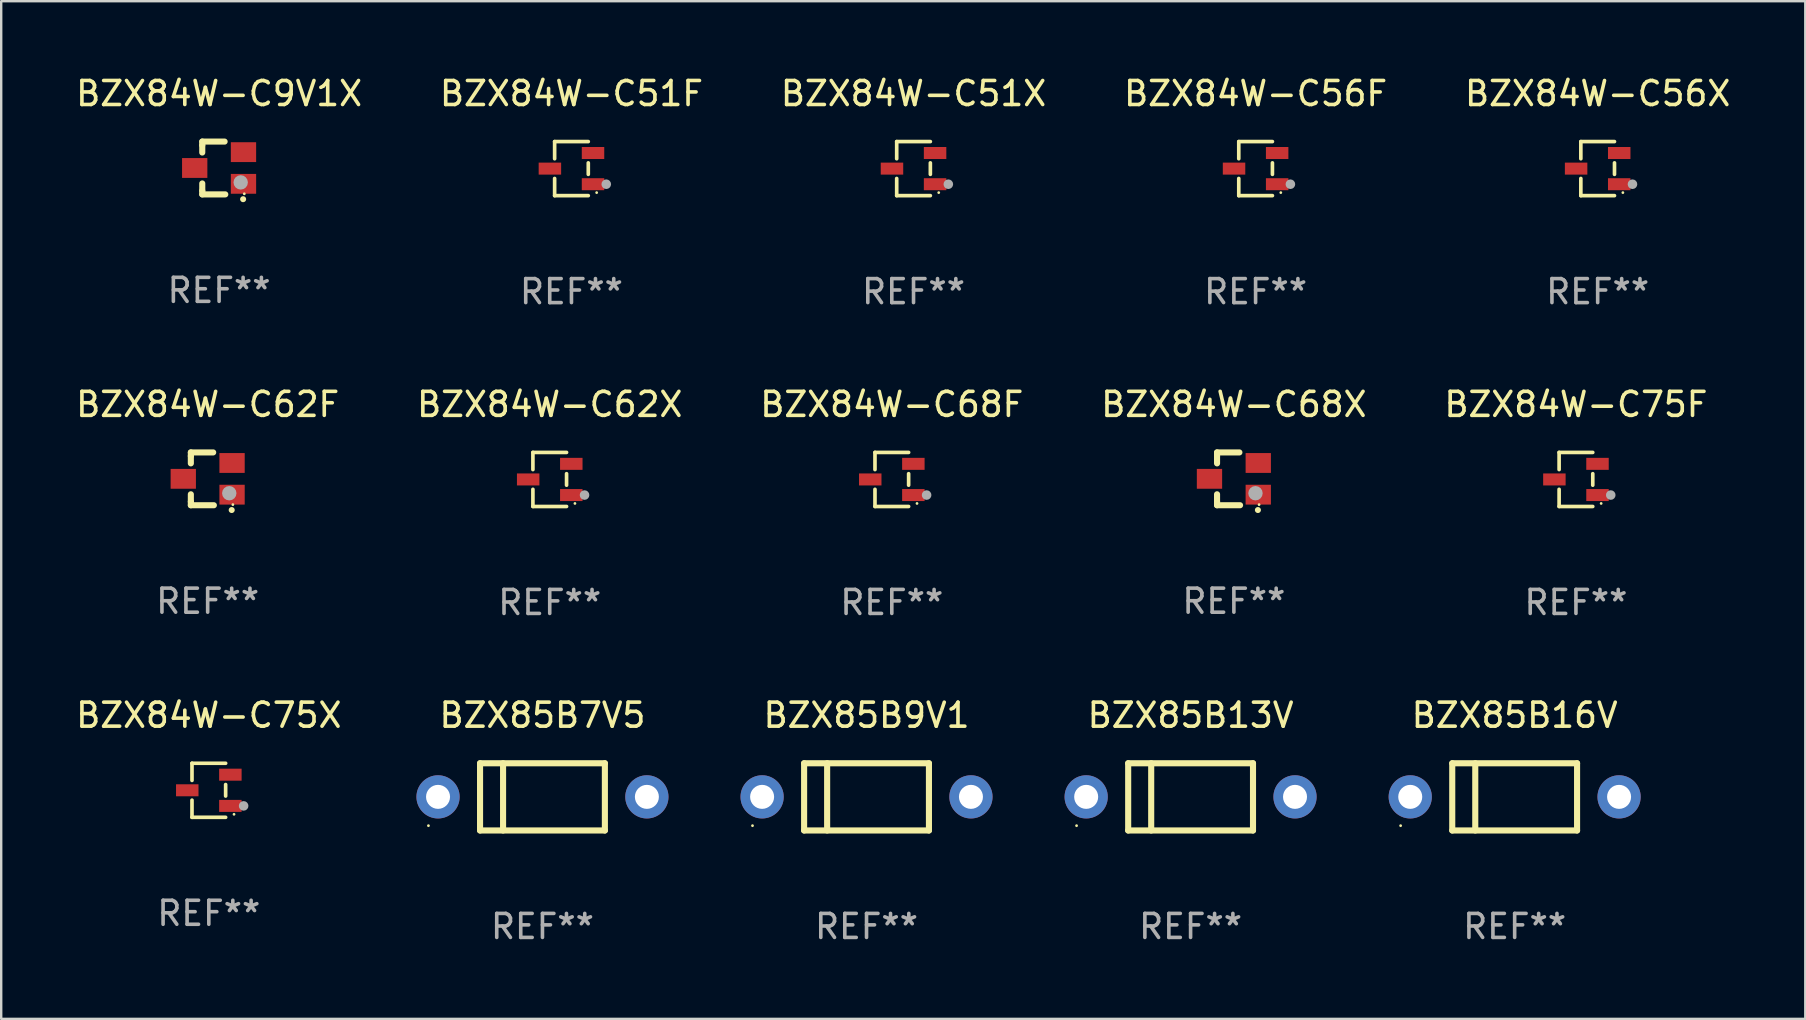
<source format=kicad_pcb>
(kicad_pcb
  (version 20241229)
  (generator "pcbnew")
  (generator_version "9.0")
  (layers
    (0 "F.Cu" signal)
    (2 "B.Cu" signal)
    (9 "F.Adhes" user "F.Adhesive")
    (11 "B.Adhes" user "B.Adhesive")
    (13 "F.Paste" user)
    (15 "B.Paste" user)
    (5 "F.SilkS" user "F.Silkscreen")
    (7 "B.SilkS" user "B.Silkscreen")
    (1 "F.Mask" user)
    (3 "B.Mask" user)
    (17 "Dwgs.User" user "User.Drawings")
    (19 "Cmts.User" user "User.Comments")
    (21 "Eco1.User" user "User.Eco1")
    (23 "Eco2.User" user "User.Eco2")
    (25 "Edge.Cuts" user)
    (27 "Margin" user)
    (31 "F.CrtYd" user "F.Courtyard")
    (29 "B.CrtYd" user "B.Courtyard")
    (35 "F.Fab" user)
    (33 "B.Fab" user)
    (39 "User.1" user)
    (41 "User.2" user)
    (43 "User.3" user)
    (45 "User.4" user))
  (footprint "BZX84W-C75F"
    (layer "F.Cu")
    (at 62.601 16.923)
    (property "Reference" "BZX84W-C75F" (at 0 -3.126 0) (layer "F.SilkS") (effects (font (size 1 1) (thickness 0.15))))
    (attr through_hole)
    (fp_line (start -0.701 -1.126) (end -0.701 -0.411) (stroke (width 0.152) (type solid)) (layer "F.SilkS"))
    (fp_line (start -0.701 1.126) (end -0.701 0.411) (stroke (width 0.152) (type solid)) (layer "F.SilkS"))
    (fp_line (start 0.701 -1.126) (end -0.701 -1.126) (stroke (width 0.152) (type solid)) (layer "F.SilkS"))
    (fp_line (start 0.701 -0.239) (end 0.701 0.239) (stroke (width 0.152) (type solid)) (layer "F.SilkS"))
    (fp_line (start 0.701 1.126) (end -0.701 1.126) (stroke (width 0.152) (type solid)) (layer "F.SilkS"))
    (fp_circle (center 1.05 1) (end 1.08 1) (stroke (width 0.06) (type solid)) (fill no) (layer "F.SilkS"))
    (fp_circle (center 1.45 0.65) (end 1.55 0.65) (stroke (width 0.2) (type solid)) (fill no) (layer "F.Fab"))
    (fp_text user "REF**" (at 0 5.126 0) (layer "F.Fab") (effects (font (size 1 1) (thickness 0.15))))
    (pad "1" smd rect (at 0.898 0.65) (size 0.936 0.5) (layers "F.Cu" "F.Mask" "F.Paste"))
    (pad "2" smd rect (at 0.898 -0.65) (size 0.936 0.5) (layers "F.Cu" "F.Mask" "F.Paste"))
    (pad "3" smd rect (at -0.898 0) (size 0.936 0.5) (layers "F.Cu" "F.Mask" "F.Paste")))
  (footprint "BZX85B9V1"
    (layer "F.Cu")
    (at 33.048 30.146)
    (property "Reference" "BZX85B9V1" (at 0 -3.4 0) (layer "F.SilkS") (effects (font (size 1 1) (thickness 0.15))))
    (attr through_hole)
    (fp_line (start -2.6 -1.4) (end -2.6 1.4) (stroke (width 0.254) (type solid)) (layer "F.SilkS"))
    (fp_line (start -2.6 -1.4) (end 2.6 -1.4) (stroke (width 0.254) (type solid)) (layer "F.SilkS"))
    (fp_line (start -2.6 1.4) (end 2.6 1.4) (stroke (width 0.254) (type solid)) (layer "F.SilkS"))
    (fp_line (start -1.641 -1.4) (end -1.641 1.4) (stroke (width 0.254) (type solid)) (layer "F.SilkS"))
    (fp_line (start 2.6 -1.4) (end 2.6 1.4) (stroke (width 0.254) (type solid)) (layer "F.SilkS"))
    (fp_circle (center -4.75 1.2) (end -4.72 1.2) (stroke (width 0.06) (type solid)) (fill no) (layer "F.SilkS"))
    (fp_text user "REF**" (at 0 5.4 0) (layer "F.Fab") (effects (font (size 1 1) (thickness 0.15))))
    (pad "1" thru_hole circle (at -4.35 0) (size 1.8 1.8) (drill 1) (layers "*.Cu" "*.Mask"))
    (pad "2" thru_hole circle (at 4.35 0) (size 1.8 1.8) (drill 1) (layers "*.Cu" "*.Mask")))
  (footprint "BZX84W-C51X"
    (layer "F.Cu")
    (at 35.006 3.974)
    (property "Reference" "BZX84W-C51X" (at 0 -3.126 0) (layer "F.SilkS") (effects (font (size 1 1) (thickness 0.15))))
    (attr through_hole)
    (fp_line (start -0.701 -1.126) (end -0.701 -0.411) (stroke (width 0.152) (type solid)) (layer "F.SilkS"))
    (fp_line (start -0.701 1.126) (end -0.701 0.411) (stroke (width 0.152) (type solid)) (layer "F.SilkS"))
    (fp_line (start 0.701 -1.126) (end -0.701 -1.126) (stroke (width 0.152) (type solid)) (layer "F.SilkS"))
    (fp_line (start 0.701 -0.239) (end 0.701 0.239) (stroke (width 0.152) (type solid)) (layer "F.SilkS"))
    (fp_line (start 0.701 1.126) (end -0.701 1.126) (stroke (width 0.152) (type solid)) (layer "F.SilkS"))
    (fp_circle (center 1.05 1) (end 1.08 1) (stroke (width 0.06) (type solid)) (fill no) (layer "F.SilkS"))
    (fp_circle (center 1.45 0.65) (end 1.55 0.65) (stroke (width 0.2) (type solid)) (fill no) (layer "F.Fab"))
    (fp_text user "REF**" (at 0 5.126 0) (layer "F.Fab") (effects (font (size 1 1) (thickness 0.15))))
    (pad "1" smd rect (at 0.898 0.65) (size 0.936 0.5) (layers "F.Cu" "F.Mask" "F.Paste"))
    (pad "2" smd rect (at 0.898 -0.65) (size 0.936 0.5) (layers "F.Cu" "F.Mask" "F.Paste"))
    (pad "3" smd rect (at -0.898 0) (size 0.936 0.5) (layers "F.Cu" "F.Mask" "F.Paste")))
  (footprint "BZX85B7V5"
    (layer "F.Cu")
    (at 19.548 30.146)
    (property "Reference" "BZX85B7V5" (at 0 -3.4 0) (layer "F.SilkS") (effects (font (size 1 1) (thickness 0.15))))
    (attr through_hole)
    (fp_line (start -2.6 -1.4) (end -2.6 1.4) (stroke (width 0.254) (type solid)) (layer "F.SilkS"))
    (fp_line (start -2.6 -1.4) (end 2.6 -1.4) (stroke (width 0.254) (type solid)) (layer "F.SilkS"))
    (fp_line (start -2.6 1.4) (end 2.6 1.4) (stroke (width 0.254) (type solid)) (layer "F.SilkS"))
    (fp_line (start -1.641 -1.4) (end -1.641 1.4) (stroke (width 0.254) (type solid)) (layer "F.SilkS"))
    (fp_line (start 2.6 -1.4) (end 2.6 1.4) (stroke (width 0.254) (type solid)) (layer "F.SilkS"))
    (fp_circle (center -4.75 1.2) (end -4.72 1.2) (stroke (width 0.06) (type solid)) (fill no) (layer "F.SilkS"))
    (fp_text user "REF**" (at 0 5.4 0) (layer "F.Fab") (effects (font (size 1 1) (thickness 0.15))))
    (pad "1" thru_hole circle (at -4.35 0) (size 1.8 1.8) (drill 1) (layers "*.Cu" "*.Mask"))
    (pad "2" thru_hole circle (at 4.35 0) (size 1.8 1.8) (drill 1) (layers "*.Cu" "*.Mask")))
  (footprint "BZX84W-C68X"
    (layer "F.Cu")
    (at 48.351 16.897)
    (property "Reference" "BZX84W-C68X" (at 0 -3.1 0) (layer "F.SilkS") (effects (font (size 1 1) (thickness 0.15))))
    (attr through_hole)
    (fp_line (start -0.701 -0.95) (end -0.701 -1.1) (stroke (width 0.254) (type solid)) (layer "F.SilkS"))
    (fp_line (start -0.701 -0.644) (end -0.701 -0.95) (stroke (width 0.254) (type solid)) (layer "F.SilkS"))
    (fp_line (start -0.701 0.95) (end -0.701 0.644) (stroke (width 0.254) (type solid)) (layer "F.SilkS"))
    (fp_line (start -0.701 0.95) (end -0.701 1.1) (stroke (width 0.254) (type solid)) (layer "F.SilkS"))
    (fp_line (start -0.7 -1.1) (end 0.23 -1.1) (stroke (width 0.254) (type solid)) (layer "F.SilkS"))
    (fp_line (start -0.7 1.1) (end 0.258 1.1) (stroke (width 0.254) (type solid)) (layer "F.SilkS"))
    (fp_arc (start 1 1.3) (mid 1.00127 1.299994) (end 1.00254 1.3) (stroke (width 0.24892) (type solid)) (layer "F.SilkS"))
    (fp_circle (center 1.05 1.075) (end 1.08 1.075) (stroke (width 0.06) (type solid)) (fill no) (layer "F.SilkS"))
    (fp_circle (center 0.9 0.6) (end 1.05 0.6) (stroke (width 0.3) (type solid)) (fill no) (layer "F.Fab"))
    (fp_text user "REF**" (at 0 5.1 0) (layer "F.Fab") (effects (font (size 1 1) (thickness 0.15))))
    (pad "1" smd rect (at 1.016 0.66) (size 1.054 0.826) (layers "F.Cu" "F.Mask" "F.Paste"))
    (pad "2" smd rect (at 1.016 -0.66) (size 1.054 0.826) (layers "F.Cu" "F.Mask" "F.Paste"))
    (pad "3" smd rect (at -1.016 0) (size 1.054 0.826) (layers "F.Cu" "F.Mask" "F.Paste")))
  (footprint "BZX84W-C75X"
    (layer "F.Cu")
    (at 5.649 29.872)
    (property "Reference" "BZX84W-C75X" (at 0 -3.126 0) (layer "F.SilkS") (effects (font (size 1 1) (thickness 0.15))))
    (attr through_hole)
    (fp_line (start -0.701 -1.126) (end -0.701 -0.411) (stroke (width 0.152) (type solid)) (layer "F.SilkS"))
    (fp_line (start -0.701 1.126) (end -0.701 0.411) (stroke (width 0.152) (type solid)) (layer "F.SilkS"))
    (fp_line (start 0.701 -1.126) (end -0.701 -1.126) (stroke (width 0.152) (type solid)) (layer "F.SilkS"))
    (fp_line (start 0.701 -0.239) (end 0.701 0.239) (stroke (width 0.152) (type solid)) (layer "F.SilkS"))
    (fp_line (start 0.701 1.126) (end -0.701 1.126) (stroke (width 0.152) (type solid)) (layer "F.SilkS"))
    (fp_circle (center 1.05 1) (end 1.08 1) (stroke (width 0.06) (type solid)) (fill no) (layer "F.SilkS"))
    (fp_circle (center 1.45 0.65) (end 1.55 0.65) (stroke (width 0.2) (type solid)) (fill no) (layer "F.Fab"))
    (fp_text user "REF**" (at 0 5.126 0) (layer "F.Fab") (effects (font (size 1 1) (thickness 0.15))))
    (pad "1" smd rect (at 0.898 0.65) (size 0.936 0.5) (layers "F.Cu" "F.Mask" "F.Paste"))
    (pad "2" smd rect (at 0.898 -0.65) (size 0.936 0.5) (layers "F.Cu" "F.Mask" "F.Paste"))
    (pad "3" smd rect (at -0.898 0) (size 0.936 0.5) (layers "F.Cu" "F.Mask" "F.Paste")))
  (footprint "BZX85B16V"
    (layer "F.Cu")
    (at 60.048 30.146)
    (property "Reference" "BZX85B16V" (at 0 -3.4 0) (layer "F.SilkS") (effects (font (size 1 1) (thickness 0.15))))
    (attr through_hole)
    (fp_line (start -2.6 -1.4) (end -2.6 1.4) (stroke (width 0.254) (type solid)) (layer "F.SilkS"))
    (fp_line (start -2.6 -1.4) (end 2.6 -1.4) (stroke (width 0.254) (type solid)) (layer "F.SilkS"))
    (fp_line (start -2.6 1.4) (end 2.6 1.4) (stroke (width 0.254) (type solid)) (layer "F.SilkS"))
    (fp_line (start -1.641 -1.4) (end -1.641 1.4) (stroke (width 0.254) (type solid)) (layer "F.SilkS"))
    (fp_line (start 2.6 -1.4) (end 2.6 1.4) (stroke (width 0.254) (type solid)) (layer "F.SilkS"))
    (fp_circle (center -4.75 1.2) (end -4.72 1.2) (stroke (width 0.06) (type solid)) (fill no) (layer "F.SilkS"))
    (fp_text user "REF**" (at 0 5.4 0) (layer "F.Fab") (effects (font (size 1 1) (thickness 0.15))))
    (pad "1" thru_hole circle (at -4.35 0) (size 1.8 1.8) (drill 1) (layers "*.Cu" "*.Mask"))
    (pad "2" thru_hole circle (at 4.35 0) (size 1.8 1.8) (drill 1) (layers "*.Cu" "*.Mask")))
  (footprint "BZX85B13V"
    (layer "F.Cu")
    (at 46.548 30.146)
    (property "Reference" "BZX85B13V" (at 0 -3.4 0) (layer "F.SilkS") (effects (font (size 1 1) (thickness 0.15))))
    (attr through_hole)
    (fp_line (start -2.6 -1.4) (end -2.6 1.4) (stroke (width 0.254) (type solid)) (layer "F.SilkS"))
    (fp_line (start -2.6 -1.4) (end 2.6 -1.4) (stroke (width 0.254) (type solid)) (layer "F.SilkS"))
    (fp_line (start -2.6 1.4) (end 2.6 1.4) (stroke (width 0.254) (type solid)) (layer "F.SilkS"))
    (fp_line (start -1.641 -1.4) (end -1.641 1.4) (stroke (width 0.254) (type solid)) (layer "F.SilkS"))
    (fp_line (start 2.6 -1.4) (end 2.6 1.4) (stroke (width 0.254) (type solid)) (layer "F.SilkS"))
    (fp_circle (center -4.75 1.2) (end -4.72 1.2) (stroke (width 0.06) (type solid)) (fill no) (layer "F.SilkS"))
    (fp_text user "REF**" (at 0 5.4 0) (layer "F.Fab") (effects (font (size 1 1) (thickness 0.15))))
    (pad "1" thru_hole circle (at -4.35 0) (size 1.8 1.8) (drill 1) (layers "*.Cu" "*.Mask"))
    (pad "2" thru_hole circle (at 4.35 0) (size 1.8 1.8) (drill 1) (layers "*.Cu" "*.Mask")))
  (footprint "BZX84W-C68F"
    (layer "F.Cu")
    (at 34.101 16.923)
    (property "Reference" "BZX84W-C68F" (at 0 -3.126 0) (layer "F.SilkS") (effects (font (size 1 1) (thickness 0.15))))
    (attr through_hole)
    (fp_line (start -0.701 -1.126) (end -0.701 -0.411) (stroke (width 0.152) (type solid)) (layer "F.SilkS"))
    (fp_line (start -0.701 1.126) (end -0.701 0.411) (stroke (width 0.152) (type solid)) (layer "F.SilkS"))
    (fp_line (start 0.701 -1.126) (end -0.701 -1.126) (stroke (width 0.152) (type solid)) (layer "F.SilkS"))
    (fp_line (start 0.701 -0.239) (end 0.701 0.239) (stroke (width 0.152) (type solid)) (layer "F.SilkS"))
    (fp_line (start 0.701 1.126) (end -0.701 1.126) (stroke (width 0.152) (type solid)) (layer "F.SilkS"))
    (fp_circle (center 1.05 1) (end 1.08 1) (stroke (width 0.06) (type solid)) (fill no) (layer "F.SilkS"))
    (fp_circle (center 1.45 0.65) (end 1.55 0.65) (stroke (width 0.2) (type solid)) (fill no) (layer "F.Fab"))
    (fp_text user "REF**" (at 0 5.126 0) (layer "F.Fab") (effects (font (size 1 1) (thickness 0.15))))
    (pad "1" smd rect (at 0.898 0.65) (size 0.936 0.5) (layers "F.Cu" "F.Mask" "F.Paste"))
    (pad "2" smd rect (at 0.898 -0.65) (size 0.936 0.5) (layers "F.Cu" "F.Mask" "F.Paste"))
    (pad "3" smd rect (at -0.898 0) (size 0.936 0.5) (layers "F.Cu" "F.Mask" "F.Paste")))
  (footprint "BZX84W-C56F"
    (layer "F.Cu")
    (at 49.256 3.974)
    (property "Reference" "BZX84W-C56F" (at 0 -3.126 0) (layer "F.SilkS") (effects (font (size 1 1) (thickness 0.15))))
    (attr through_hole)
    (fp_line (start -0.701 -1.126) (end -0.701 -0.411) (stroke (width 0.152) (type solid)) (layer "F.SilkS"))
    (fp_line (start -0.701 1.126) (end -0.701 0.411) (stroke (width 0.152) (type solid)) (layer "F.SilkS"))
    (fp_line (start 0.701 -1.126) (end -0.701 -1.126) (stroke (width 0.152) (type solid)) (layer "F.SilkS"))
    (fp_line (start 0.701 -0.239) (end 0.701 0.239) (stroke (width 0.152) (type solid)) (layer "F.SilkS"))
    (fp_line (start 0.701 1.126) (end -0.701 1.126) (stroke (width 0.152) (type solid)) (layer "F.SilkS"))
    (fp_circle (center 1.05 1) (end 1.08 1) (stroke (width 0.06) (type solid)) (fill no) (layer "F.SilkS"))
    (fp_circle (center 1.45 0.65) (end 1.55 0.65) (stroke (width 0.2) (type solid)) (fill no) (layer "F.Fab"))
    (fp_text user "REF**" (at 0 5.126 0) (layer "F.Fab") (effects (font (size 1 1) (thickness 0.15))))
    (pad "1" smd rect (at 0.898 0.65) (size 0.936 0.5) (layers "F.Cu" "F.Mask" "F.Paste"))
    (pad "2" smd rect (at 0.898 -0.65) (size 0.936 0.5) (layers "F.Cu" "F.Mask" "F.Paste"))
    (pad "3" smd rect (at -0.898 0) (size 0.936 0.5) (layers "F.Cu" "F.Mask" "F.Paste")))
  (footprint "BZX84W-C62F"
    (layer "F.Cu")
    (at 5.601 16.897)
    (property "Reference" "BZX84W-C62F" (at 0 -3.1 0) (layer "F.SilkS") (effects (font (size 1 1) (thickness 0.15))))
    (attr through_hole)
    (fp_line (start -0.701 -0.95) (end -0.701 -1.1) (stroke (width 0.254) (type solid)) (layer "F.SilkS"))
    (fp_line (start -0.701 -0.644) (end -0.701 -0.95) (stroke (width 0.254) (type solid)) (layer "F.SilkS"))
    (fp_line (start -0.701 0.95) (end -0.701 0.644) (stroke (width 0.254) (type solid)) (layer "F.SilkS"))
    (fp_line (start -0.701 0.95) (end -0.701 1.1) (stroke (width 0.254) (type solid)) (layer "F.SilkS"))
    (fp_line (start -0.7 -1.1) (end 0.23 -1.1) (stroke (width 0.254) (type solid)) (layer "F.SilkS"))
    (fp_line (start -0.7 1.1) (end 0.258 1.1) (stroke (width 0.254) (type solid)) (layer "F.SilkS"))
    (fp_arc (start 1 1.3) (mid 1.00127 1.299994) (end 1.00254 1.3) (stroke (width 0.24892) (type solid)) (layer "F.SilkS"))
    (fp_circle (center 1.05 1.075) (end 1.08 1.075) (stroke (width 0.06) (type solid)) (fill no) (layer "F.SilkS"))
    (fp_circle (center 0.9 0.6) (end 1.05 0.6) (stroke (width 0.3) (type solid)) (fill no) (layer "F.Fab"))
    (fp_text user "REF**" (at 0 5.1 0) (layer "F.Fab") (effects (font (size 1 1) (thickness 0.15))))
    (pad "1" smd rect (at 1.016 0.66) (size 1.054 0.826) (layers "F.Cu" "F.Mask" "F.Paste"))
    (pad "2" smd rect (at 1.016 -0.66) (size 1.054 0.826) (layers "F.Cu" "F.Mask" "F.Paste"))
    (pad "3" smd rect (at -1.016 0) (size 1.054 0.826) (layers "F.Cu" "F.Mask" "F.Paste")))
  (footprint "BZX84W-C62X"
    (layer "F.Cu")
    (at 19.851 16.923)
    (property "Reference" "BZX84W-C62X" (at 0 -3.126 0) (layer "F.SilkS") (effects (font (size 1 1) (thickness 0.15))))
    (attr through_hole)
    (fp_line (start -0.701 -1.126) (end -0.701 -0.411) (stroke (width 0.152) (type solid)) (layer "F.SilkS"))
    (fp_line (start -0.701 1.126) (end -0.701 0.411) (stroke (width 0.152) (type solid)) (layer "F.SilkS"))
    (fp_line (start 0.701 -1.126) (end -0.701 -1.126) (stroke (width 0.152) (type solid)) (layer "F.SilkS"))
    (fp_line (start 0.701 -0.239) (end 0.701 0.239) (stroke (width 0.152) (type solid)) (layer "F.SilkS"))
    (fp_line (start 0.701 1.126) (end -0.701 1.126) (stroke (width 0.152) (type solid)) (layer "F.SilkS"))
    (fp_circle (center 1.05 1) (end 1.08 1) (stroke (width 0.06) (type solid)) (fill no) (layer "F.SilkS"))
    (fp_circle (center 1.45 0.65) (end 1.55 0.65) (stroke (width 0.2) (type solid)) (fill no) (layer "F.Fab"))
    (fp_text user "REF**" (at 0 5.126 0) (layer "F.Fab") (effects (font (size 1 1) (thickness 0.15))))
    (pad "1" smd rect (at 0.898 0.65) (size 0.936 0.5) (layers "F.Cu" "F.Mask" "F.Paste"))
    (pad "2" smd rect (at 0.898 -0.65) (size 0.936 0.5) (layers "F.Cu" "F.Mask" "F.Paste"))
    (pad "3" smd rect (at -0.898 0) (size 0.936 0.5) (layers "F.Cu" "F.Mask" "F.Paste")))
  (footprint "BZX84W-C56X"
    (layer "F.Cu")
    (at 63.506 3.974)
    (property "Reference" "BZX84W-C56X" (at 0 -3.126 0) (layer "F.SilkS") (effects (font (size 1 1) (thickness 0.15))))
    (attr through_hole)
    (fp_line (start -0.701 -1.126) (end -0.701 -0.411) (stroke (width 0.152) (type solid)) (layer "F.SilkS"))
    (fp_line (start -0.701 1.126) (end -0.701 0.411) (stroke (width 0.152) (type solid)) (layer "F.SilkS"))
    (fp_line (start 0.701 -1.126) (end -0.701 -1.126) (stroke (width 0.152) (type solid)) (layer "F.SilkS"))
    (fp_line (start 0.701 -0.239) (end 0.701 0.239) (stroke (width 0.152) (type solid)) (layer "F.SilkS"))
    (fp_line (start 0.701 1.126) (end -0.701 1.126) (stroke (width 0.152) (type solid)) (layer "F.SilkS"))
    (fp_circle (center 1.05 1) (end 1.08 1) (stroke (width 0.06) (type solid)) (fill no) (layer "F.SilkS"))
    (fp_circle (center 1.45 0.65) (end 1.55 0.65) (stroke (width 0.2) (type solid)) (fill no) (layer "F.Fab"))
    (fp_text user "REF**" (at 0 5.126 0) (layer "F.Fab") (effects (font (size 1 1) (thickness 0.15))))
    (pad "1" smd rect (at 0.898 0.65) (size 0.936 0.5) (layers "F.Cu" "F.Mask" "F.Paste"))
    (pad "2" smd rect (at 0.898 -0.65) (size 0.936 0.5) (layers "F.Cu" "F.Mask" "F.Paste"))
    (pad "3" smd rect (at -0.898 0) (size 0.936 0.5) (layers "F.Cu" "F.Mask" "F.Paste")))
  (footprint "BZX84W-C51F"
    (layer "F.Cu")
    (at 20.756 3.974)
    (property "Reference" "BZX84W-C51F" (at 0 -3.126 0) (layer "F.SilkS") (effects (font (size 1 1) (thickness 0.15))))
    (attr through_hole)
    (fp_line (start -0.701 -1.126) (end -0.701 -0.411) (stroke (width 0.152) (type solid)) (layer "F.SilkS"))
    (fp_line (start -0.701 1.126) (end -0.701 0.411) (stroke (width 0.152) (type solid)) (layer "F.SilkS"))
    (fp_line (start 0.701 -1.126) (end -0.701 -1.126) (stroke (width 0.152) (type solid)) (layer "F.SilkS"))
    (fp_line (start 0.701 -0.239) (end 0.701 0.239) (stroke (width 0.152) (type solid)) (layer "F.SilkS"))
    (fp_line (start 0.701 1.126) (end -0.701 1.126) (stroke (width 0.152) (type solid)) (layer "F.SilkS"))
    (fp_circle (center 1.05 1) (end 1.08 1) (stroke (width 0.06) (type solid)) (fill no) (layer "F.SilkS"))
    (fp_circle (center 1.45 0.65) (end 1.55 0.65) (stroke (width 0.2) (type solid)) (fill no) (layer "F.Fab"))
    (fp_text user "REF**" (at 0 5.126 0) (layer "F.Fab") (effects (font (size 1 1) (thickness 0.15))))
    (pad "1" smd rect (at 0.898 0.65) (size 0.936 0.5) (layers "F.Cu" "F.Mask" "F.Paste"))
    (pad "2" smd rect (at 0.898 -0.65) (size 0.936 0.5) (layers "F.Cu" "F.Mask" "F.Paste"))
    (pad "3" smd rect (at -0.898 0) (size 0.936 0.5) (layers "F.Cu" "F.Mask" "F.Paste")))
  (footprint "BZX84W-C9V1X"
    (layer "F.Cu")
    (at 6.077 3.948)
    (property "Reference" "BZX84W-C9V1X" (at 0 -3.1 0) (layer "F.SilkS") (effects (font (size 1 1) (thickness 0.15))))
    (attr through_hole)
    (fp_line (start -0.701 -0.95) (end -0.701 -1.1) (stroke (width 0.254) (type solid)) (layer "F.SilkS"))
    (fp_line (start -0.701 -0.644) (end -0.701 -0.95) (stroke (width 0.254) (type solid)) (layer "F.SilkS"))
    (fp_line (start -0.701 0.95) (end -0.701 0.644) (stroke (width 0.254) (type solid)) (layer "F.SilkS"))
    (fp_line (start -0.701 0.95) (end -0.701 1.1) (stroke (width 0.254) (type solid)) (layer "F.SilkS"))
    (fp_line (start -0.7 -1.1) (end 0.23 -1.1) (stroke (width 0.254) (type solid)) (layer "F.SilkS"))
    (fp_line (start -0.7 1.1) (end 0.258 1.1) (stroke (width 0.254) (type solid)) (layer "F.SilkS"))
    (fp_arc (start 1 1.3) (mid 1.00127 1.299994) (end 1.00254 1.3) (stroke (width 0.24892) (type solid)) (layer "F.SilkS"))
    (fp_circle (center 1.05 1.075) (end 1.08 1.075) (stroke (width 0.06) (type solid)) (fill no) (layer "F.SilkS"))
    (fp_circle (center 0.9 0.6) (end 1.05 0.6) (stroke (width 0.3) (type solid)) (fill no) (layer "F.Fab"))
    (fp_text user "REF**" (at 0 5.1 0) (layer "F.Fab") (effects (font (size 1 1) (thickness 0.15))))
    (pad "1" smd rect (at 1.016 0.66) (size 1.054 0.826) (layers "F.Cu" "F.Mask" "F.Paste"))
    (pad "2" smd rect (at 1.016 -0.66) (size 1.054 0.826) (layers "F.Cu" "F.Mask" "F.Paste"))
    (pad "3" smd rect (at -1.016 0) (size 1.054 0.826) (layers "F.Cu" "F.Mask" "F.Paste")))
  (gr_rect
    (start -3 -3)
    (end 72.155 39.394)
    (stroke (width 0.1) (type default))
    (fill no)
    (layer "Edge.Cuts")))
</source>
